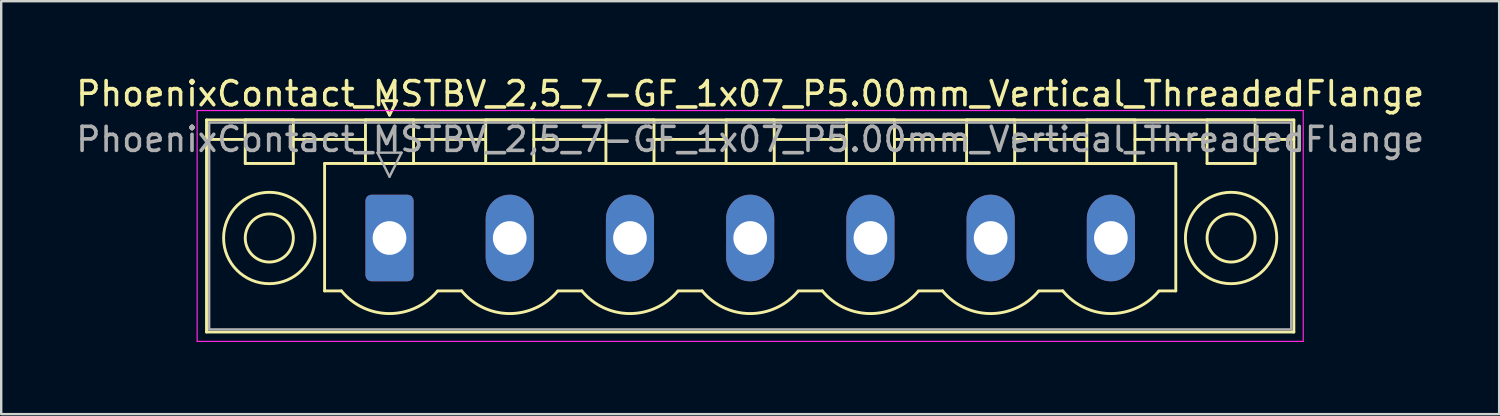
<source format=kicad_pcb>
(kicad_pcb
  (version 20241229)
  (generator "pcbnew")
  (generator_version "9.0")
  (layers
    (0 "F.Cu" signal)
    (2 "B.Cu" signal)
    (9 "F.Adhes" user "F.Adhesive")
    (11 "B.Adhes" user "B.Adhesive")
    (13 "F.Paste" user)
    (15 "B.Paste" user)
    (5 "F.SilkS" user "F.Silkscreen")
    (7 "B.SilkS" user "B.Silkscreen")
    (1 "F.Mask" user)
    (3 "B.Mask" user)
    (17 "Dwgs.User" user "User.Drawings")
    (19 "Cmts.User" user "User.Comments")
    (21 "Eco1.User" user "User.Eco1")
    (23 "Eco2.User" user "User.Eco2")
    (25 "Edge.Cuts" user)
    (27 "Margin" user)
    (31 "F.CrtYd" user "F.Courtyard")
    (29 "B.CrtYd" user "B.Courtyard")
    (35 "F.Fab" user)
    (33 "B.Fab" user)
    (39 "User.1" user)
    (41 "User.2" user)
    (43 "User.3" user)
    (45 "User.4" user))
  (footprint "PhoenixContact_MSTBV_2,5_7-GF_1x07_P5.00mm_Vertical_ThreadedFlange"
    (layer "F.Cu")
    (at 13.149 6.848)
    (property "Reference" "PhoenixContact_MSTBV_2,5_7-GF_1x07_P5.00mm_Vertical_ThreadedFlange" (at 15 -6 0) (layer "F.SilkS") (effects (font (size 1 1) (thickness 0.15))))
    (attr through_hole)
    (fp_line (start -7.61 -4.91) (end -7.61 3.91) (stroke (width 0.12) (type solid)) (layer "F.SilkS"))
    (fp_line (start -7.61 -4.1) (end -6.11 -4.1) (stroke (width 0.12) (type solid)) (layer "F.SilkS"))
    (fp_line (start -7.61 3.91) (end 37.61 3.91) (stroke (width 0.12) (type solid)) (layer "F.SilkS"))
    (fp_line (start -6 -4.91) (end -4 -4.91) (stroke (width 0.12) (type solid)) (layer "F.SilkS"))
    (fp_line (start -6 -3.1) (end -6 -4.91) (stroke (width 0.12) (type solid)) (layer "F.SilkS"))
    (fp_line (start -4 -4.91) (end -4 -3.1) (stroke (width 0.12) (type solid)) (layer "F.SilkS"))
    (fp_line (start -4 -4.1) (end -1 -4.1) (stroke (width 0.12) (type solid)) (layer "F.SilkS"))
    (fp_line (start -4 -3.1) (end -6 -3.1) (stroke (width 0.12) (type solid)) (layer "F.SilkS"))
    (fp_line (start -2.7 -3.1) (end 32.7 -3.1) (stroke (width 0.12) (type solid)) (layer "F.SilkS"))
    (fp_line (start -2.7 2.2) (end -2.7 -3.1) (stroke (width 0.12) (type solid)) (layer "F.SilkS"))
    (fp_line (start -2 2.2) (end -2.7 2.2) (stroke (width 0.12) (type solid)) (layer "F.SilkS"))
    (fp_line (start -1 -4.91) (end 1 -4.91) (stroke (width 0.12) (type solid)) (layer "F.SilkS"))
    (fp_line (start -1 -3.1) (end -1 -4.91) (stroke (width 0.12) (type solid)) (layer "F.SilkS"))
    (fp_line (start -0.3 -5.71) (end 0.3 -5.71) (stroke (width 0.12) (type solid)) (layer "F.SilkS"))
    (fp_line (start 0 -5.11) (end -0.3 -5.71) (stroke (width 0.12) (type solid)) (layer "F.SilkS"))
    (fp_line (start 0.3 -5.71) (end 0 -5.11) (stroke (width 0.12) (type solid)) (layer "F.SilkS"))
    (fp_line (start 1 -4.91) (end 1 -3.1) (stroke (width 0.12) (type solid)) (layer "F.SilkS"))
    (fp_line (start 1 -4.1) (end 4 -4.1) (stroke (width 0.12) (type solid)) (layer "F.SilkS"))
    (fp_line (start 1 -3.1) (end -1 -3.1) (stroke (width 0.12) (type solid)) (layer "F.SilkS"))
    (fp_line (start 2 2.2) (end 3 2.2) (stroke (width 0.12) (type solid)) (layer "F.SilkS"))
    (fp_line (start 4 -4.91) (end 6 -4.91) (stroke (width 0.12) (type solid)) (layer "F.SilkS"))
    (fp_line (start 4 -3.1) (end 4 -4.91) (stroke (width 0.12) (type solid)) (layer "F.SilkS"))
    (fp_line (start 6 -4.91) (end 6 -3.1) (stroke (width 0.12) (type solid)) (layer "F.SilkS"))
    (fp_line (start 6 -4.1) (end 9 -4.1) (stroke (width 0.12) (type solid)) (layer "F.SilkS"))
    (fp_line (start 6 -3.1) (end 4 -3.1) (stroke (width 0.12) (type solid)) (layer "F.SilkS"))
    (fp_line (start 7 2.2) (end 8 2.2) (stroke (width 0.12) (type solid)) (layer "F.SilkS"))
    (fp_line (start 9 -4.91) (end 11 -4.91) (stroke (width 0.12) (type solid)) (layer "F.SilkS"))
    (fp_line (start 9 -3.1) (end 9 -4.91) (stroke (width 0.12) (type solid)) (layer "F.SilkS"))
    (fp_line (start 11 -4.91) (end 11 -3.1) (stroke (width 0.12) (type solid)) (layer "F.SilkS"))
    (fp_line (start 11 -4.1) (end 14 -4.1) (stroke (width 0.12) (type solid)) (layer "F.SilkS"))
    (fp_line (start 11 -3.1) (end 9 -3.1) (stroke (width 0.12) (type solid)) (layer "F.SilkS"))
    (fp_line (start 12 2.2) (end 13 2.2) (stroke (width 0.12) (type solid)) (layer "F.SilkS"))
    (fp_line (start 14 -4.91) (end 16 -4.91) (stroke (width 0.12) (type solid)) (layer "F.SilkS"))
    (fp_line (start 14 -3.1) (end 14 -4.91) (stroke (width 0.12) (type solid)) (layer "F.SilkS"))
    (fp_line (start 16 -4.91) (end 16 -3.1) (stroke (width 0.12) (type solid)) (layer "F.SilkS"))
    (fp_line (start 16 -4.1) (end 19 -4.1) (stroke (width 0.12) (type solid)) (layer "F.SilkS"))
    (fp_line (start 16 -3.1) (end 14 -3.1) (stroke (width 0.12) (type solid)) (layer "F.SilkS"))
    (fp_line (start 17 2.2) (end 18 2.2) (stroke (width 0.12) (type solid)) (layer "F.SilkS"))
    (fp_line (start 19 -4.91) (end 21 -4.91) (stroke (width 0.12) (type solid)) (layer "F.SilkS"))
    (fp_line (start 19 -3.1) (end 19 -4.91) (stroke (width 0.12) (type solid)) (layer "F.SilkS"))
    (fp_line (start 21 -4.91) (end 21 -3.1) (stroke (width 0.12) (type solid)) (layer "F.SilkS"))
    (fp_line (start 21 -4.1) (end 24 -4.1) (stroke (width 0.12) (type solid)) (layer "F.SilkS"))
    (fp_line (start 21 -3.1) (end 19 -3.1) (stroke (width 0.12) (type solid)) (layer "F.SilkS"))
    (fp_line (start 22 2.2) (end 23 2.2) (stroke (width 0.12) (type solid)) (layer "F.SilkS"))
    (fp_line (start 24 -4.91) (end 26 -4.91) (stroke (width 0.12) (type solid)) (layer "F.SilkS"))
    (fp_line (start 24 -3.1) (end 24 -4.91) (stroke (width 0.12) (type solid)) (layer "F.SilkS"))
    (fp_line (start 26 -4.91) (end 26 -3.1) (stroke (width 0.12) (type solid)) (layer "F.SilkS"))
    (fp_line (start 26 -4.1) (end 29 -4.1) (stroke (width 0.12) (type solid)) (layer "F.SilkS"))
    (fp_line (start 26 -3.1) (end 24 -3.1) (stroke (width 0.12) (type solid)) (layer "F.SilkS"))
    (fp_line (start 27 2.2) (end 28 2.2) (stroke (width 0.12) (type solid)) (layer "F.SilkS"))
    (fp_line (start 29 -4.91) (end 31 -4.91) (stroke (width 0.12) (type solid)) (layer "F.SilkS"))
    (fp_line (start 29 -3.1) (end 29 -4.91) (stroke (width 0.12) (type solid)) (layer "F.SilkS"))
    (fp_line (start 31 -4.91) (end 31 -3.1) (stroke (width 0.12) (type solid)) (layer "F.SilkS"))
    (fp_line (start 31 -4.1) (end 34 -4.1) (stroke (width 0.12) (type solid)) (layer "F.SilkS"))
    (fp_line (start 31 -3.1) (end 29 -3.1) (stroke (width 0.12) (type solid)) (layer "F.SilkS"))
    (fp_line (start 32.7 -3.1) (end 32.7 2.2) (stroke (width 0.12) (type solid)) (layer "F.SilkS"))
    (fp_line (start 32.7 2.2) (end 32 2.2) (stroke (width 0.12) (type solid)) (layer "F.SilkS"))
    (fp_line (start 34 -4.91) (end 36 -4.91) (stroke (width 0.12) (type solid)) (layer "F.SilkS"))
    (fp_line (start 34 -3.1) (end 34 -4.91) (stroke (width 0.12) (type solid)) (layer "F.SilkS"))
    (fp_line (start 36 -4.91) (end 36 -3.1) (stroke (width 0.12) (type solid)) (layer "F.SilkS"))
    (fp_line (start 36 -3.1) (end 34 -3.1) (stroke (width 0.12) (type solid)) (layer "F.SilkS"))
    (fp_line (start 37.61 -4.91) (end -7.61 -4.91) (stroke (width 0.12) (type solid)) (layer "F.SilkS"))
    (fp_line (start 37.61 -4.1) (end 36.11 -4.1) (stroke (width 0.12) (type solid)) (layer "F.SilkS"))
    (fp_line (start 37.61 3.91) (end 37.61 -4.91) (stroke (width 0.12) (type solid)) (layer "F.SilkS"))
    (fp_arc (start 1.986842 2.215821) (mid -0.010289 3.142758) (end -2 2.2) (stroke (width 0.12) (type solid)) (layer "F.SilkS"))
    (fp_arc (start 6.986842 2.215821) (mid 4.989711 3.142758) (end 3 2.2) (stroke (width 0.12) (type solid)) (layer "F.SilkS"))
    (fp_arc (start 11.986842 2.215821) (mid 9.989711 3.142758) (end 8 2.2) (stroke (width 0.12) (type solid)) (layer "F.SilkS"))
    (fp_arc (start 16.986842 2.215821) (mid 14.989711 3.142758) (end 13 2.2) (stroke (width 0.12) (type solid)) (layer "F.SilkS"))
    (fp_arc (start 21.986842 2.215821) (mid 19.989711 3.142758) (end 18 2.2) (stroke (width 0.12) (type solid)) (layer "F.SilkS"))
    (fp_arc (start 26.986842 2.215821) (mid 24.989711 3.142758) (end 23 2.2) (stroke (width 0.12) (type solid)) (layer "F.SilkS"))
    (fp_arc (start 31.986842 2.215821) (mid 29.989711 3.142758) (end 28 2.2) (stroke (width 0.12) (type solid)) (layer "F.SilkS"))
    (fp_circle (center -5 0) (end -4 0) (stroke (width 0.12) (type solid)) (fill no) (layer "F.SilkS"))
    (fp_circle (center -5 0) (end -3.1 0) (stroke (width 0.12) (type solid)) (fill no) (layer "F.SilkS"))
    (fp_circle (center 35 0) (end 36 0) (stroke (width 0.12) (type solid)) (fill no) (layer "F.SilkS"))
    (fp_circle (center 35 0) (end 36.9 0) (stroke (width 0.12) (type solid)) (fill no) (layer "F.SilkS"))
    (fp_line (start -8 -5.3) (end -8 4.3) (stroke (width 0.05) (type solid)) (layer "F.CrtYd"))
    (fp_line (start -8 4.3) (end 38 4.3) (stroke (width 0.05) (type solid)) (layer "F.CrtYd"))
    (fp_line (start 38 -5.3) (end -8 -5.3) (stroke (width 0.05) (type solid)) (layer "F.CrtYd"))
    (fp_line (start 38 4.3) (end 38 -5.3) (stroke (width 0.05) (type solid)) (layer "F.CrtYd"))
    (fp_line (start -7.5 -4.8) (end -7.5 3.8) (stroke (width 0.1) (type solid)) (layer "F.Fab"))
    (fp_line (start -7.5 3.8) (end 37.5 3.8) (stroke (width 0.1) (type solid)) (layer "F.Fab"))
    (fp_line (start -0.5 -3.55) (end 0.5 -3.55) (stroke (width 0.1) (type solid)) (layer "F.Fab"))
    (fp_line (start 0 -2.55) (end -0.5 -3.55) (stroke (width 0.1) (type solid)) (layer "F.Fab"))
    (fp_line (start 0.5 -3.55) (end 0 -2.55) (stroke (width 0.1) (type solid)) (layer "F.Fab"))
    (fp_line (start 37.5 -4.8) (end -7.5 -4.8) (stroke (width 0.1) (type solid)) (layer "F.Fab"))
    (fp_line (start 37.5 3.8) (end 37.5 -4.8) (stroke (width 0.1) (type solid)) (layer "F.Fab"))
    (fp_text user "${REFERENCE}" (at 15 -4.1 0) (layer "F.Fab") (effects (font (size 1 1) (thickness 0.15))))
    (pad "1" thru_hole roundrect (at 0 0) (size 2 3.6) (drill 1.4) (layers "*.Cu" "*.Mask") (roundrect_rratio 0.125))
    (pad "2" thru_hole oval (at 5 0) (size 2 3.6) (drill 1.4) (layers "*.Cu" "*.Mask"))
    (pad "3" thru_hole oval (at 10 0) (size 2 3.6) (drill 1.4) (layers "*.Cu" "*.Mask"))
    (pad "4" thru_hole oval (at 15 0) (size 2 3.6) (drill 1.4) (layers "*.Cu" "*.Mask"))
    (pad "5" thru_hole oval (at 20 0) (size 2 3.6) (drill 1.4) (layers "*.Cu" "*.Mask"))
    (pad "6" thru_hole oval (at 25 0) (size 2 3.6) (drill 1.4) (layers "*.Cu" "*.Mask"))
    (pad "7" thru_hole oval (at 30 0) (size 2 3.6) (drill 1.4) (layers "*.Cu" "*.Mask")))
  (gr_rect
    (start -3 -3)
    (end 59.298 14.173)
    (stroke (width 0.1) (type default))
    (fill no)
    (layer "Edge.Cuts")))
</source>
